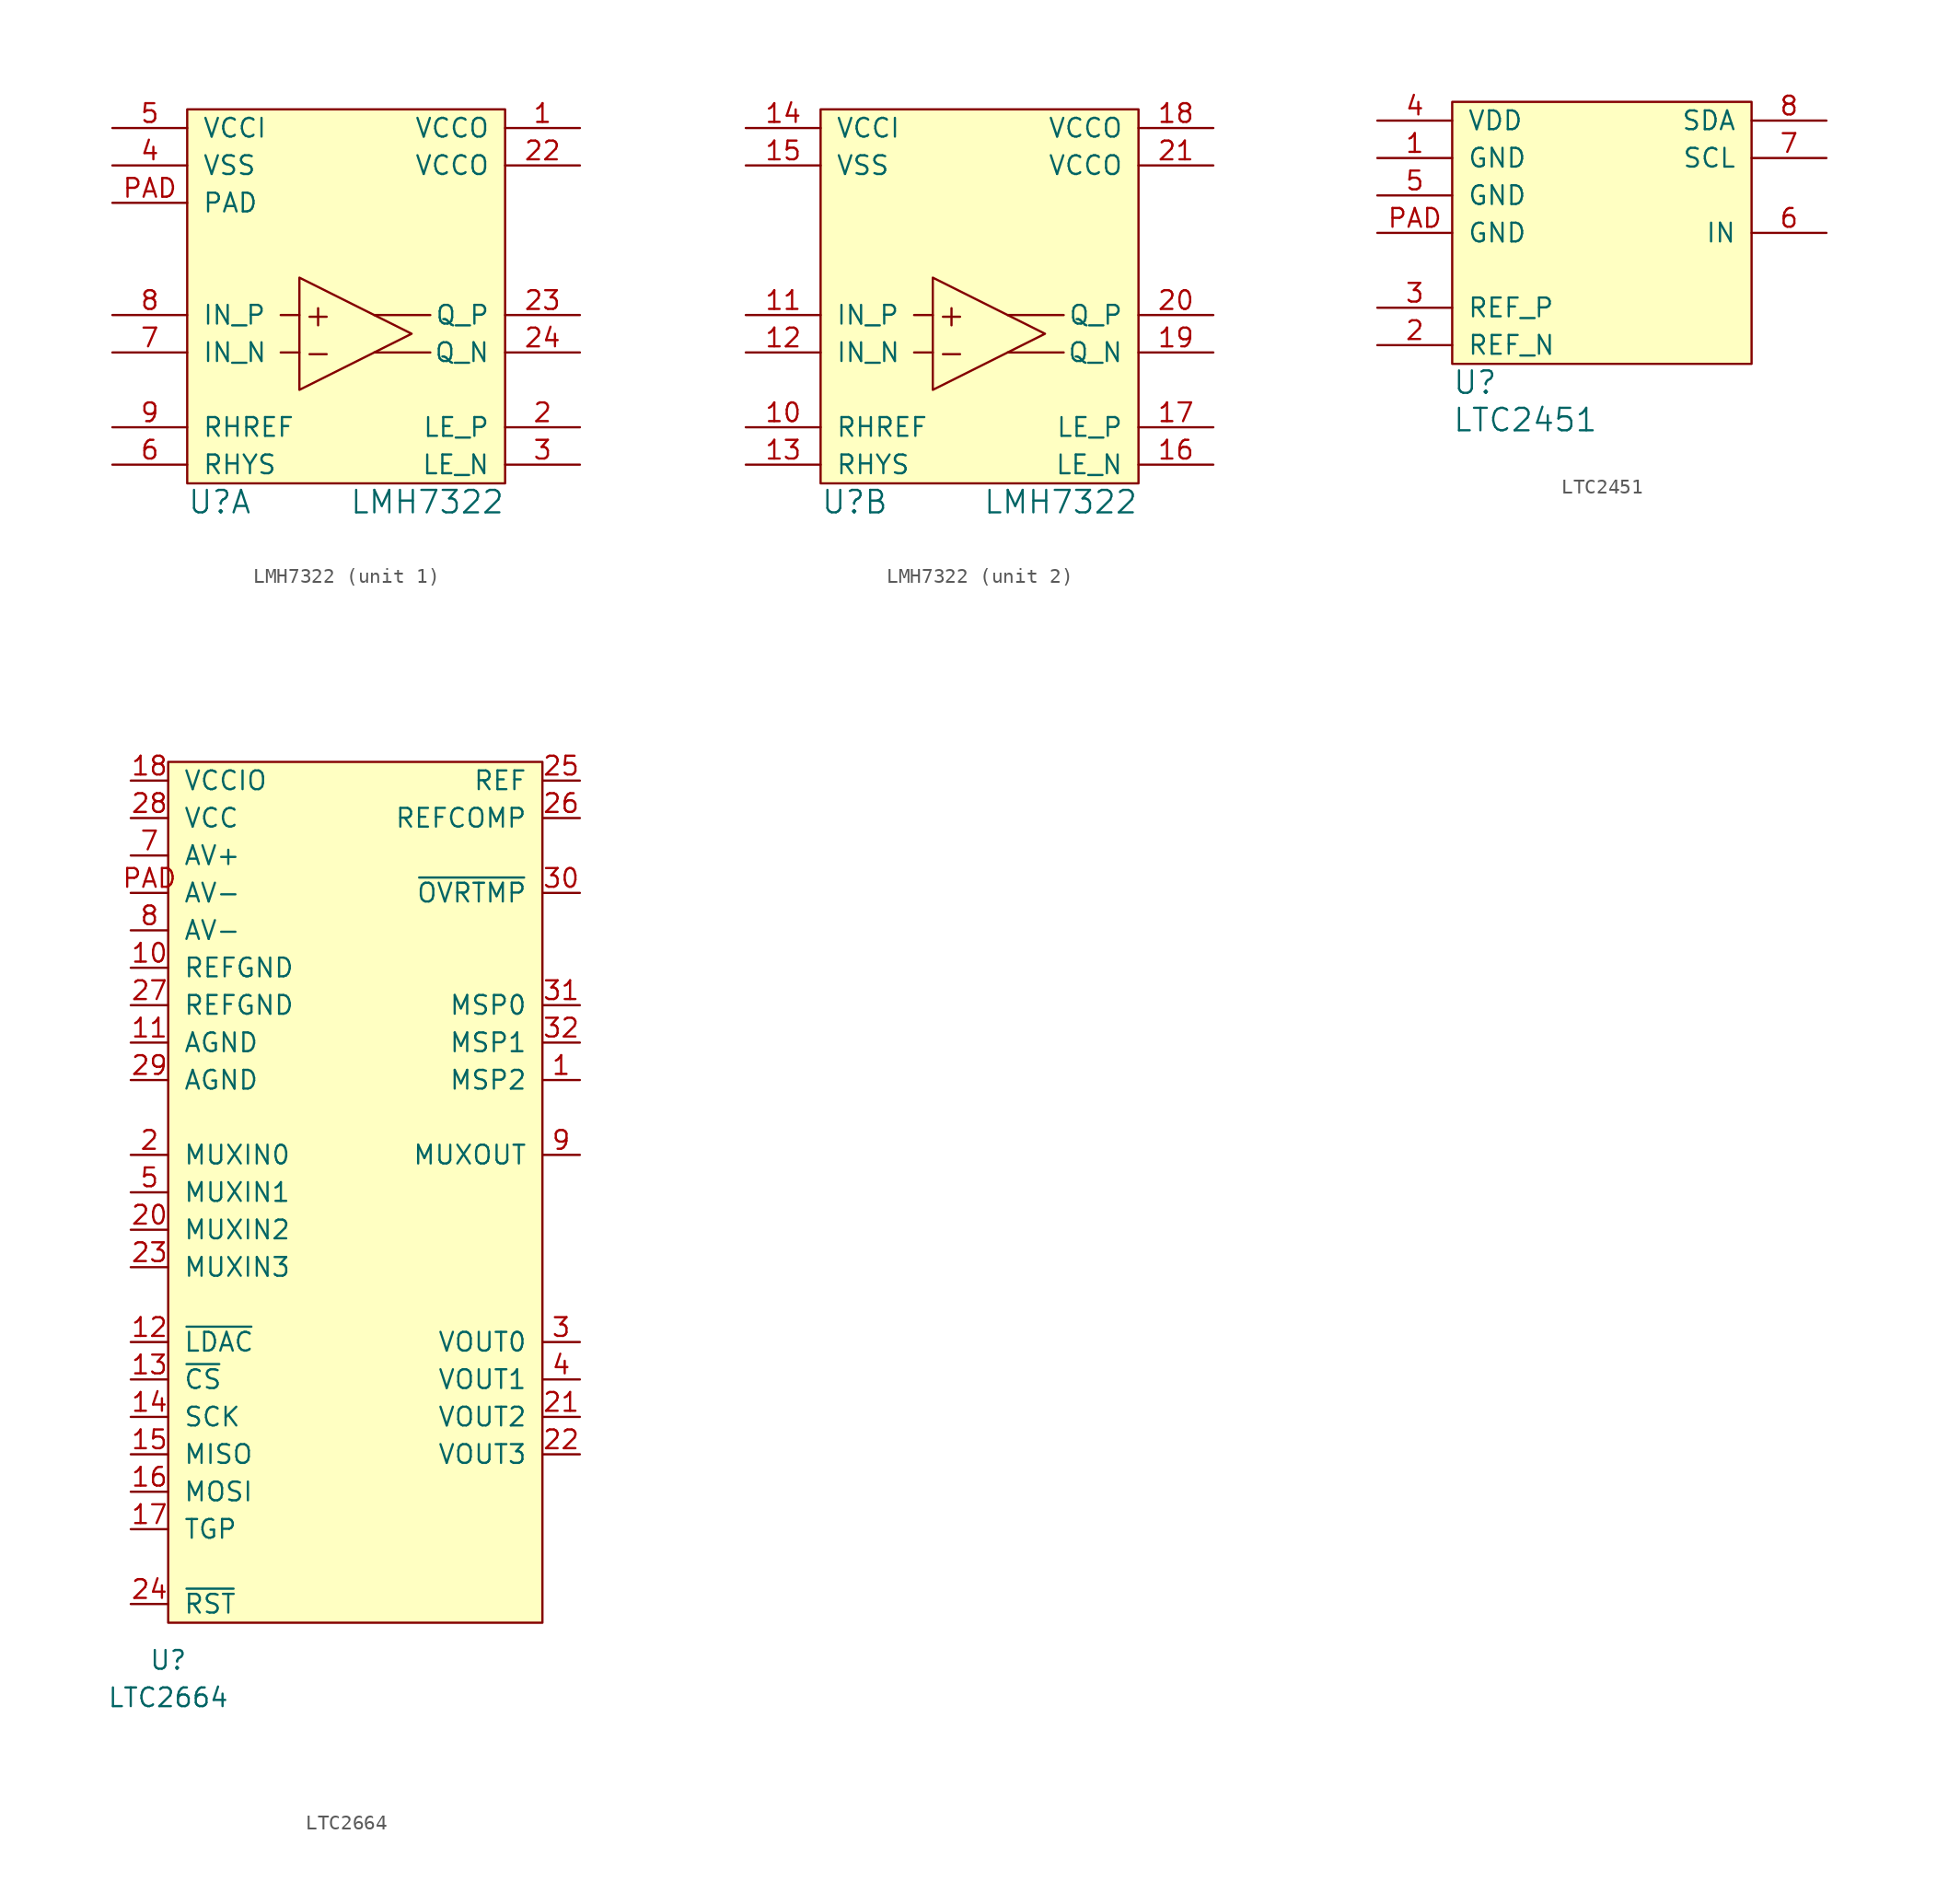
<source format=kicad_sym>
(kicad_symbol_lib
  (version 20211014)
  (generator kicad_symbol_editor)
  (symbol "LMH7322"
    (pin_names
      (offset 1.016))
    (property "Reference" "U"
      (at -12.7 -2.54 0)
      (effects (font (size 1.524 1.524)) (justify left)))
    (property "Value" "LMH7322"
      (at 8.89 -2.54 0)
      (effects (font (size 1.524 1.524)) (justify right)))
    (property "Footprint" ""
      (at -12.7 -1.27 0)
      (effects (font (size 1.524 1.524))))
    (property "Datasheet" ""
      (at -12.7 -1.27 0)
      (effects (font (size 1.524 1.524))))
    (property "ki_locked" ""
      (at 0 0 0)
      (effects (font (size 1.27 1.27))))
    (symbol "LMH7322_0_0"
      (rectangle (start -12.7 24.13) (end 8.89 -1.27) (stroke (width 0) (type default) (color 0 0 0 0)) (fill (type background)))
      (polyline (pts (xy -6.35 7.62) (xy -5.08 7.62)) (stroke (width 0) (type default) (color 0 0 0 0)) (fill (type none)))
      (polyline (pts (xy -6.35 10.16) (xy -5.08 10.16)) (stroke (width 0) (type default) (color 0 0 0 0)) (fill (type none)))
      (polyline (pts (xy 3.81 7.62) (xy 0 7.62)) (stroke (width 0) (type default) (color 0 0 0 0)) (fill (type none)))
      (polyline (pts (xy 3.81 10.16) (xy 0 10.16)) (stroke (width 0) (type default) (color 0 0 0 0)) (fill (type none)))
      (polyline (pts (xy -5.08 12.7) (xy -5.08 5.08) (xy 2.54 8.89) (xy -5.08 12.7)) (stroke (width 0) (type default) (color 0 0 0 0)) (fill (type none)))
      (text "+" (at -3.81 10.16 0) (effects (font (size 1.524 1.524))))
      (text "-" (at -3.81 7.62 0) (effects (font (size 1.524 1.524)))))
    (symbol "LMH7322_1_1"
      (pin power_in line (at 13.97 22.86 180) (length 5.08) (name "VCCO" (effects (font (size 1.27 1.27)))) (number "1" (effects (font (size 1.27 1.27)))))
      (pin input line (at 13.97 2.54 180) (length 5.08) (name "LE_P" (effects (font (size 1.27 1.27)))) (number "2" (effects (font (size 1.27 1.27)))))
      (pin power_in line (at 13.97 20.32 180) (length 5.08) (name "VCCO" (effects (font (size 1.27 1.27)))) (number "22" (effects (font (size 1.27 1.27)))))
      (pin output line (at 13.97 10.16 180) (length 5.08) (name "Q_P" (effects (font (size 1.27 1.27)))) (number "23" (effects (font (size 1.27 1.27)))))
      (pin output line (at 13.97 7.62 180) (length 5.08) (name "Q_N" (effects (font (size 1.27 1.27)))) (number "24" (effects (font (size 1.27 1.27)))))
      (pin input line (at 13.97 0 180) (length 5.08) (name "LE_N" (effects (font (size 1.27 1.27)))) (number "3" (effects (font (size 1.27 1.27)))))
      (pin power_in line (at -17.78 20.32 0) (length 5.08) (name "VSS" (effects (font (size 1.27 1.27)))) (number "4" (effects (font (size 1.27 1.27)))))
      (pin power_in line (at -17.78 22.86 0) (length 5.08) (name "VCCI" (effects (font (size 1.27 1.27)))) (number "5" (effects (font (size 1.27 1.27)))))
      (pin passive line (at -17.78 0 0) (length 5.08) (name "RHYS" (effects (font (size 1.27 1.27)))) (number "6" (effects (font (size 1.27 1.27)))))
      (pin input line (at -17.78 7.62 0) (length 5.08) (name "IN_N" (effects (font (size 1.27 1.27)))) (number "7" (effects (font (size 1.27 1.27)))))
      (pin input line (at -17.78 10.16 0) (length 5.08) (name "IN_P" (effects (font (size 1.27 1.27)))) (number "8" (effects (font (size 1.27 1.27)))))
      (pin input line (at -17.78 2.54 0) (length 5.08) (name "RHREF" (effects (font (size 1.27 1.27)))) (number "9" (effects (font (size 1.27 1.27)))))
      (pin power_in line (at -17.78 17.78 0) (length 5.08) (name "PAD" (effects (font (size 1.27 1.27)))) (number "PAD" (effects (font (size 1.27 1.27))))))
    (symbol "LMH7322_2_1"
      (pin input line (at -17.78 2.54 0) (length 5.08) (name "RHREF" (effects (font (size 1.27 1.27)))) (number "10" (effects (font (size 1.27 1.27)))))
      (pin input line (at -17.78 10.16 0) (length 5.08) (name "IN_P" (effects (font (size 1.27 1.27)))) (number "11" (effects (font (size 1.27 1.27)))))
      (pin input line (at -17.78 7.62 0) (length 5.08) (name "IN_N" (effects (font (size 1.27 1.27)))) (number "12" (effects (font (size 1.27 1.27)))))
      (pin passive line (at -17.78 0 0) (length 5.08) (name "RHYS" (effects (font (size 1.27 1.27)))) (number "13" (effects (font (size 1.27 1.27)))))
      (pin power_in line (at -17.78 22.86 0) (length 5.08) (name "VCCI" (effects (font (size 1.27 1.27)))) (number "14" (effects (font (size 1.27 1.27)))))
      (pin power_in line (at -17.78 20.32 0) (length 5.08) (name "VSS" (effects (font (size 1.27 1.27)))) (number "15" (effects (font (size 1.27 1.27)))))
      (pin input line (at 13.97 0 180) (length 5.08) (name "LE_N" (effects (font (size 1.27 1.27)))) (number "16" (effects (font (size 1.27 1.27)))))
      (pin input line (at 13.97 2.54 180) (length 5.08) (name "LE_P" (effects (font (size 1.27 1.27)))) (number "17" (effects (font (size 1.27 1.27)))))
      (pin power_in line (at 13.97 22.86 180) (length 5.08) (name "VCCO" (effects (font (size 1.27 1.27)))) (number "18" (effects (font (size 1.27 1.27)))))
      (pin output line (at 13.97 7.62 180) (length 5.08) (name "Q_N" (effects (font (size 1.27 1.27)))) (number "19" (effects (font (size 1.27 1.27)))))
      (pin output line (at 13.97 10.16 180) (length 5.08) (name "Q_P" (effects (font (size 1.27 1.27)))) (number "20" (effects (font (size 1.27 1.27)))))
      (pin power_in line (at 13.97 20.32 180) (length 5.08) (name "VCCO" (effects (font (size 1.27 1.27)))) (number "21" (effects (font (size 1.27 1.27)))))))
  (symbol "LTC2451"
    (pin_names
      (offset 1.016))
    (property "Reference" "U"
      (at 0 -1.27 0)
      (effects (font (size 1.524 1.524)) (justify left)))
    (property "Value" "LTC2451"
      (at 0 -3.81 0)
      (effects (font (size 1.524 1.524)) (justify left)))
    (symbol "LTC2451_1_1"
      (rectangle (start 0 17.78) (end 20.32 0) (stroke (width 0) (type default) (color 0 0 0 0)) (fill (type background)))
      (pin power_in line (at -5.08 13.97 0) (length 5.08) (name "GND" (effects (font (size 1.27 1.27)))) (number "1" (effects (font (size 1.27 1.27)))))
      (pin input line (at -5.08 1.27 0) (length 5.08) (name "REF_N" (effects (font (size 1.27 1.27)))) (number "2" (effects (font (size 1.27 1.27)))))
      (pin input line (at -5.08 3.81 0) (length 5.08) (name "REF_P" (effects (font (size 1.27 1.27)))) (number "3" (effects (font (size 1.27 1.27)))))
      (pin power_in line (at -5.08 16.51 0) (length 5.08) (name "VDD" (effects (font (size 1.27 1.27)))) (number "4" (effects (font (size 1.27 1.27)))))
      (pin power_in line (at -5.08 11.43 0) (length 5.08) (name "GND" (effects (font (size 1.27 1.27)))) (number "5" (effects (font (size 1.27 1.27)))))
      (pin input line (at 25.4 8.89 180) (length 5.08) (name "IN" (effects (font (size 1.27 1.27)))) (number "6" (effects (font (size 1.27 1.27)))))
      (pin bidirectional line (at 25.4 13.97 180) (length 5.08) (name "SCL" (effects (font (size 1.27 1.27)))) (number "7" (effects (font (size 1.27 1.27)))))
      (pin bidirectional line (at 25.4 16.51 180) (length 5.08) (name "SDA" (effects (font (size 1.27 1.27)))) (number "8" (effects (font (size 1.27 1.27)))))
      (pin power_in line (at -5.08 8.89 0) (length 5.08) (name "GND" (effects (font (size 1.27 1.27)))) (number "PAD" (effects (font (size 1.27 1.27)))))))
  (symbol "LTC2664"
    (pin_names
      (offset 1.016))
    (property "Reference" "U"
      (at 0 0 0)
      (effects (font (size 1.27 1.27))))
    (property "Value" "LTC2664"
      (at 0 -2.54 0)
      (effects (font (size 1.27 1.27))))
    (symbol "LTC2664_0_0"
      (rectangle (start 0 60.96) (end 25.4 2.54) (stroke (width 0) (type default) (color 0 0 0 0)) (fill (type background))))
    (symbol "LTC2664_1_1"
      (pin input line (at 27.94 39.37 180) (length 2.54) (name "MSP2" (effects (font (size 1.27 1.27)))) (number "1" (effects (font (size 1.27 1.27)))))
      (pin power_in line (at -2.54 46.99 0) (length 2.54) (name "REFGND" (effects (font (size 1.27 1.27)))) (number "10" (effects (font (size 1.27 1.27)))))
      (pin power_in line (at -2.54 41.91 0) (length 2.54) (name "AGND" (effects (font (size 1.27 1.27)))) (number "11" (effects (font (size 1.27 1.27)))))
      (pin input line (at -2.54 21.59 0) (length 2.54) (name "~{LDAC}" (effects (font (size 1.27 1.27)))) (number "12" (effects (font (size 1.27 1.27)))))
      (pin input line (at -2.54 19.05 0) (length 2.54) (name "~{CS}" (effects (font (size 1.27 1.27)))) (number "13" (effects (font (size 1.27 1.27)))))
      (pin input line (at -2.54 16.51 0) (length 2.54) (name "SCK" (effects (font (size 1.27 1.27)))) (number "14" (effects (font (size 1.27 1.27)))))
      (pin output line (at -2.54 13.97 0) (length 2.54) (name "MISO" (effects (font (size 1.27 1.27)))) (number "15" (effects (font (size 1.27 1.27)))))
      (pin input line (at -2.54 11.43 0) (length 2.54) (name "MOSI" (effects (font (size 1.27 1.27)))) (number "16" (effects (font (size 1.27 1.27)))))
      (pin input line (at -2.54 8.89 0) (length 2.54) (name "TGP" (effects (font (size 1.27 1.27)))) (number "17" (effects (font (size 1.27 1.27)))))
      (pin power_in line (at -2.54 59.69 0) (length 2.54) (name "VCCIO" (effects (font (size 1.27 1.27)))) (number "18" (effects (font (size 1.27 1.27)))))
      (pin input line (at -2.54 34.29 0) (length 2.54) (name "MUXIN0" (effects (font (size 1.27 1.27)))) (number "2" (effects (font (size 1.27 1.27)))))
      (pin input line (at -2.54 29.21 0) (length 2.54) (name "MUXIN2" (effects (font (size 1.27 1.27)))) (number "20" (effects (font (size 1.27 1.27)))))
      (pin output line (at 27.94 16.51 180) (length 2.54) (name "VOUT2" (effects (font (size 1.27 1.27)))) (number "21" (effects (font (size 1.27 1.27)))))
      (pin output line (at 27.94 13.97 180) (length 2.54) (name "VOUT3" (effects (font (size 1.27 1.27)))) (number "22" (effects (font (size 1.27 1.27)))))
      (pin input line (at -2.54 26.67 0) (length 2.54) (name "MUXIN3" (effects (font (size 1.27 1.27)))) (number "23" (effects (font (size 1.27 1.27)))))
      (pin input line (at -2.54 3.81 0) (length 2.54) (name "~{RST}" (effects (font (size 1.27 1.27)))) (number "24" (effects (font (size 1.27 1.27)))))
      (pin passive line (at 27.94 59.69 180) (length 2.54) (name "REF" (effects (font (size 1.27 1.27)))) (number "25" (effects (font (size 1.27 1.27)))))
      (pin passive line (at 27.94 57.15 180) (length 2.54) (name "REFCOMP" (effects (font (size 1.27 1.27)))) (number "26" (effects (font (size 1.27 1.27)))))
      (pin power_in line (at -2.54 44.45 0) (length 2.54) (name "REFGND" (effects (font (size 1.27 1.27)))) (number "27" (effects (font (size 1.27 1.27)))))
      (pin power_in line (at -2.54 57.15 0) (length 2.54) (name "VCC" (effects (font (size 1.27 1.27)))) (number "28" (effects (font (size 1.27 1.27)))))
      (pin power_in line (at -2.54 39.37 0) (length 2.54) (name "AGND" (effects (font (size 1.27 1.27)))) (number "29" (effects (font (size 1.27 1.27)))))
      (pin output line (at 27.94 21.59 180) (length 2.54) (name "VOUT0" (effects (font (size 1.27 1.27)))) (number "3" (effects (font (size 1.27 1.27)))))
      (pin open_collector line (at 27.94 52.07 180) (length 2.54) (name "~{OVRTMP}" (effects (font (size 1.27 1.27)))) (number "30" (effects (font (size 1.27 1.27)))))
      (pin input line (at 27.94 44.45 180) (length 2.54) (name "MSP0" (effects (font (size 1.27 1.27)))) (number "31" (effects (font (size 1.27 1.27)))))
      (pin input line (at 27.94 41.91 180) (length 2.54) (name "MSP1" (effects (font (size 1.27 1.27)))) (number "32" (effects (font (size 1.27 1.27)))))
      (pin output line (at 27.94 19.05 180) (length 2.54) (name "VOUT1" (effects (font (size 1.27 1.27)))) (number "4" (effects (font (size 1.27 1.27)))))
      (pin input line (at -2.54 31.75 0) (length 2.54) (name "MUXIN1" (effects (font (size 1.27 1.27)))) (number "5" (effects (font (size 1.27 1.27)))))
      (pin power_in line (at -2.54 54.61 0) (length 2.54) (name "AV+" (effects (font (size 1.27 1.27)))) (number "7" (effects (font (size 1.27 1.27)))))
      (pin power_in line (at -2.54 49.53 0) (length 2.54) (name "AV-" (effects (font (size 1.27 1.27)))) (number "8" (effects (font (size 1.27 1.27)))))
      (pin output line (at 27.94 34.29 180) (length 2.54) (name "MUXOUT" (effects (font (size 1.27 1.27)))) (number "9" (effects (font (size 1.27 1.27)))))
      (pin power_in line (at -2.54 52.07 0) (length 2.54) (name "AV-" (effects (font (size 1.27 1.27)))) (number "PAD" (effects (font (size 1.27 1.27))))))))
</source>
